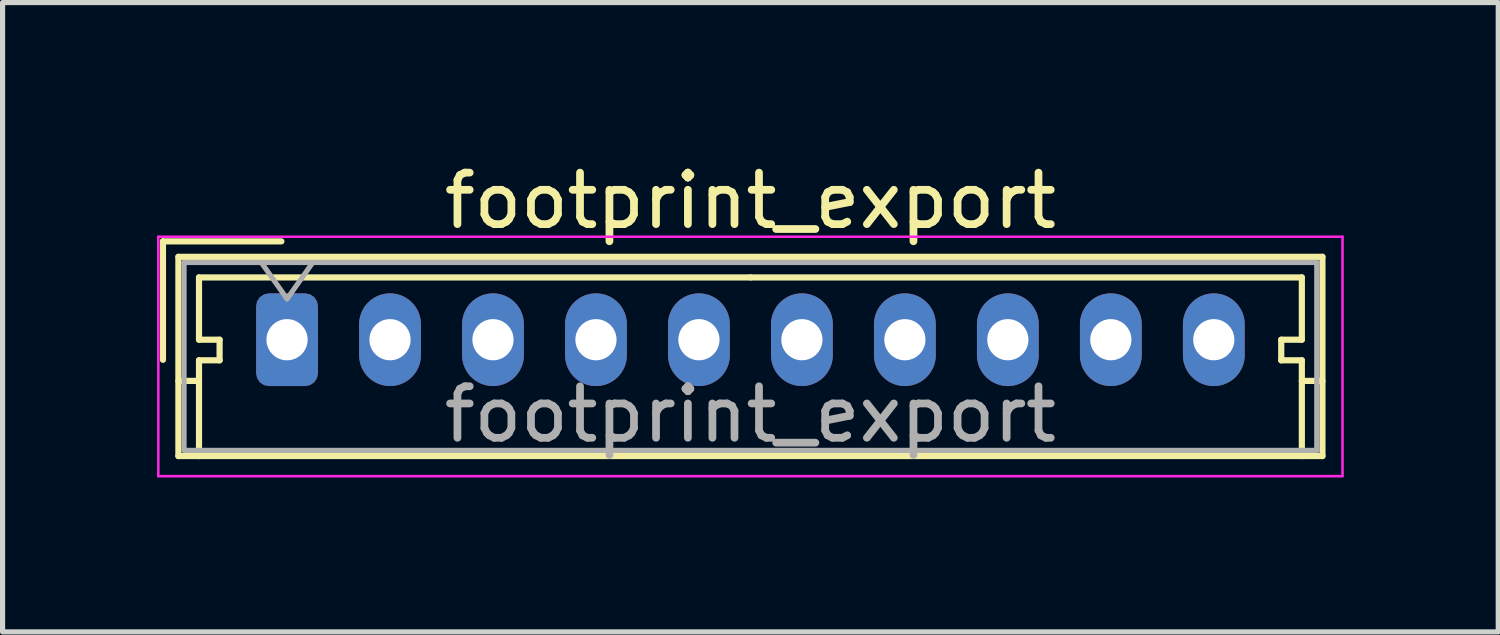
<source format=kicad_pcb>
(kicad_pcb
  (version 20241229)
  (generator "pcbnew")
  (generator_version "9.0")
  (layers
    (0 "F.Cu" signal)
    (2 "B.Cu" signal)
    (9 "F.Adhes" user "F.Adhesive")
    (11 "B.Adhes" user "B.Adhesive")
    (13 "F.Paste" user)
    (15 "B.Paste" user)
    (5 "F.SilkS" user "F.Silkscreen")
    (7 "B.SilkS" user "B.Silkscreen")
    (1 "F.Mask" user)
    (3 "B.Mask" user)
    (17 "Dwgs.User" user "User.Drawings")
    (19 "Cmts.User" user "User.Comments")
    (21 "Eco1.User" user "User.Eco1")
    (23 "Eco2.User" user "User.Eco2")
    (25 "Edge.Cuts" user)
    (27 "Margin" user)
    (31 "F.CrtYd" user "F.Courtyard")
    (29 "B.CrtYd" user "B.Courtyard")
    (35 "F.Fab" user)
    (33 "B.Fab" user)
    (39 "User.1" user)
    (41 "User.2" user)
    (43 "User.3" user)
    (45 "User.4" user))
  (footprint "footprint_export"
    (layer "F.Cu")
    (at 2.525 3.548)
    (property "Reference" "footprint_export" (at 9 -2.7 0) (layer "F.SilkS") (effects (font (size 1 1) (thickness 0.15))))
    (attr through_hole)
    (fp_line (start -2.41 -1.91) (end -2.41 0.39) (stroke (width 0.12) (type solid)) (layer "F.SilkS"))
    (fp_line (start -2.11 -1.61) (end -2.11 2.26) (stroke (width 0.12) (type solid)) (layer "F.SilkS"))
    (fp_line (start -2.11 0.8) (end -1.71 0.8) (stroke (width 0.12) (type solid)) (layer "F.SilkS"))
    (fp_line (start -2.11 2.26) (end 20.11 2.26) (stroke (width 0.12) (type solid)) (layer "F.SilkS"))
    (fp_line (start -1.71 -1.21) (end -1.71 0) (stroke (width 0.12) (type solid)) (layer "F.SilkS"))
    (fp_line (start -1.71 0) (end -1.31 0) (stroke (width 0.12) (type solid)) (layer "F.SilkS"))
    (fp_line (start -1.71 0.4) (end -1.71 2.26) (stroke (width 0.12) (type solid)) (layer "F.SilkS"))
    (fp_line (start -1.31 0) (end -1.31 0.4) (stroke (width 0.12) (type solid)) (layer "F.SilkS"))
    (fp_line (start -1.31 0.4) (end -1.71 0.4) (stroke (width 0.12) (type solid)) (layer "F.SilkS"))
    (fp_line (start -0.11 -1.91) (end -2.41 -1.91) (stroke (width 0.12) (type solid)) (layer "F.SilkS"))
    (fp_line (start 9 -1.21) (end -1.71 -1.21) (stroke (width 0.12) (type solid)) (layer "F.SilkS"))
    (fp_line (start 9 -1.21) (end 19.71 -1.21) (stroke (width 0.12) (type solid)) (layer "F.SilkS"))
    (fp_line (start 19.31 0) (end 19.31 0.4) (stroke (width 0.12) (type solid)) (layer "F.SilkS"))
    (fp_line (start 19.31 0.4) (end 19.71 0.4) (stroke (width 0.12) (type solid)) (layer "F.SilkS"))
    (fp_line (start 19.71 -1.21) (end 19.71 0) (stroke (width 0.12) (type solid)) (layer "F.SilkS"))
    (fp_line (start 19.71 0) (end 19.31 0) (stroke (width 0.12) (type solid)) (layer "F.SilkS"))
    (fp_line (start 19.71 0.4) (end 19.71 2.26) (stroke (width 0.12) (type solid)) (layer "F.SilkS"))
    (fp_line (start 20.11 -1.61) (end -2.11 -1.61) (stroke (width 0.12) (type solid)) (layer "F.SilkS"))
    (fp_line (start 20.11 0.8) (end 19.71 0.8) (stroke (width 0.12) (type solid)) (layer "F.SilkS"))
    (fp_line (start 20.11 2.26) (end 20.11 -1.61) (stroke (width 0.12) (type solid)) (layer "F.SilkS"))
    (fp_line (start -2.5 -2) (end -2.5 2.65) (stroke (width 0.05) (type solid)) (layer "F.CrtYd"))
    (fp_line (start -2.5 2.65) (end 20.5 2.65) (stroke (width 0.05) (type solid)) (layer "F.CrtYd"))
    (fp_line (start 20.5 -2) (end -2.5 -2) (stroke (width 0.05) (type solid)) (layer "F.CrtYd"))
    (fp_line (start 20.5 2.65) (end 20.5 -2) (stroke (width 0.05) (type solid)) (layer "F.CrtYd"))
    (fp_line (start -2 -1.5) (end -2 2.15) (stroke (width 0.1) (type solid)) (layer "F.Fab"))
    (fp_line (start -2 2.15) (end 20 2.15) (stroke (width 0.1) (type solid)) (layer "F.Fab"))
    (fp_line (start -0.5 -1.5) (end 0 -0.793) (stroke (width 0.1) (type solid)) (layer "F.Fab"))
    (fp_line (start 0 -0.793) (end 0.5 -1.5) (stroke (width 0.1) (type solid)) (layer "F.Fab"))
    (fp_line (start 20 -1.5) (end -2 -1.5) (stroke (width 0.1) (type solid)) (layer "F.Fab"))
    (fp_line (start 20 2.15) (end 20 -1.5) (stroke (width 0.1) (type solid)) (layer "F.Fab"))
    (fp_text user "${REFERENCE}" (at 9 1.45 0) (layer "F.Fab") (effects (font (size 1 1) (thickness 0.15))))
    (pad "1" thru_hole roundrect (at 0 0) (size 1.2 1.8) (drill 0.8) (layers "*.Cu" "*.Mask") (roundrect_rratio 0.208))
    (pad "2" thru_hole oval (at 2 0) (size 1.2 1.8) (drill 0.8) (layers "*.Cu" "*.Mask"))
    (pad "3" thru_hole oval (at 4 0) (size 1.2 1.8) (drill 0.8) (layers "*.Cu" "*.Mask"))
    (pad "4" thru_hole oval (at 6 0) (size 1.2 1.8) (drill 0.8) (layers "*.Cu" "*.Mask"))
    (pad "5" thru_hole oval (at 8 0) (size 1.2 1.8) (drill 0.8) (layers "*.Cu" "*.Mask"))
    (pad "6" thru_hole oval (at 10 0) (size 1.2 1.8) (drill 0.8) (layers "*.Cu" "*.Mask"))
    (pad "7" thru_hole oval (at 12 0) (size 1.2 1.8) (drill 0.8) (layers "*.Cu" "*.Mask"))
    (pad "8" thru_hole oval (at 14 0) (size 1.2 1.8) (drill 0.8) (layers "*.Cu" "*.Mask"))
    (pad "9" thru_hole oval (at 16 0) (size 1.2 1.8) (drill 0.8) (layers "*.Cu" "*.Mask"))
    (pad "10" thru_hole oval (at 18 0) (size 1.2 1.8) (drill 0.8) (layers "*.Cu" "*.Mask")))
  (gr_rect
    (start -3 -3)
    (end 26.05 9.223)
    (stroke (width 0.1) (type default))
    (fill no)
    (layer "Edge.Cuts")))
</source>
